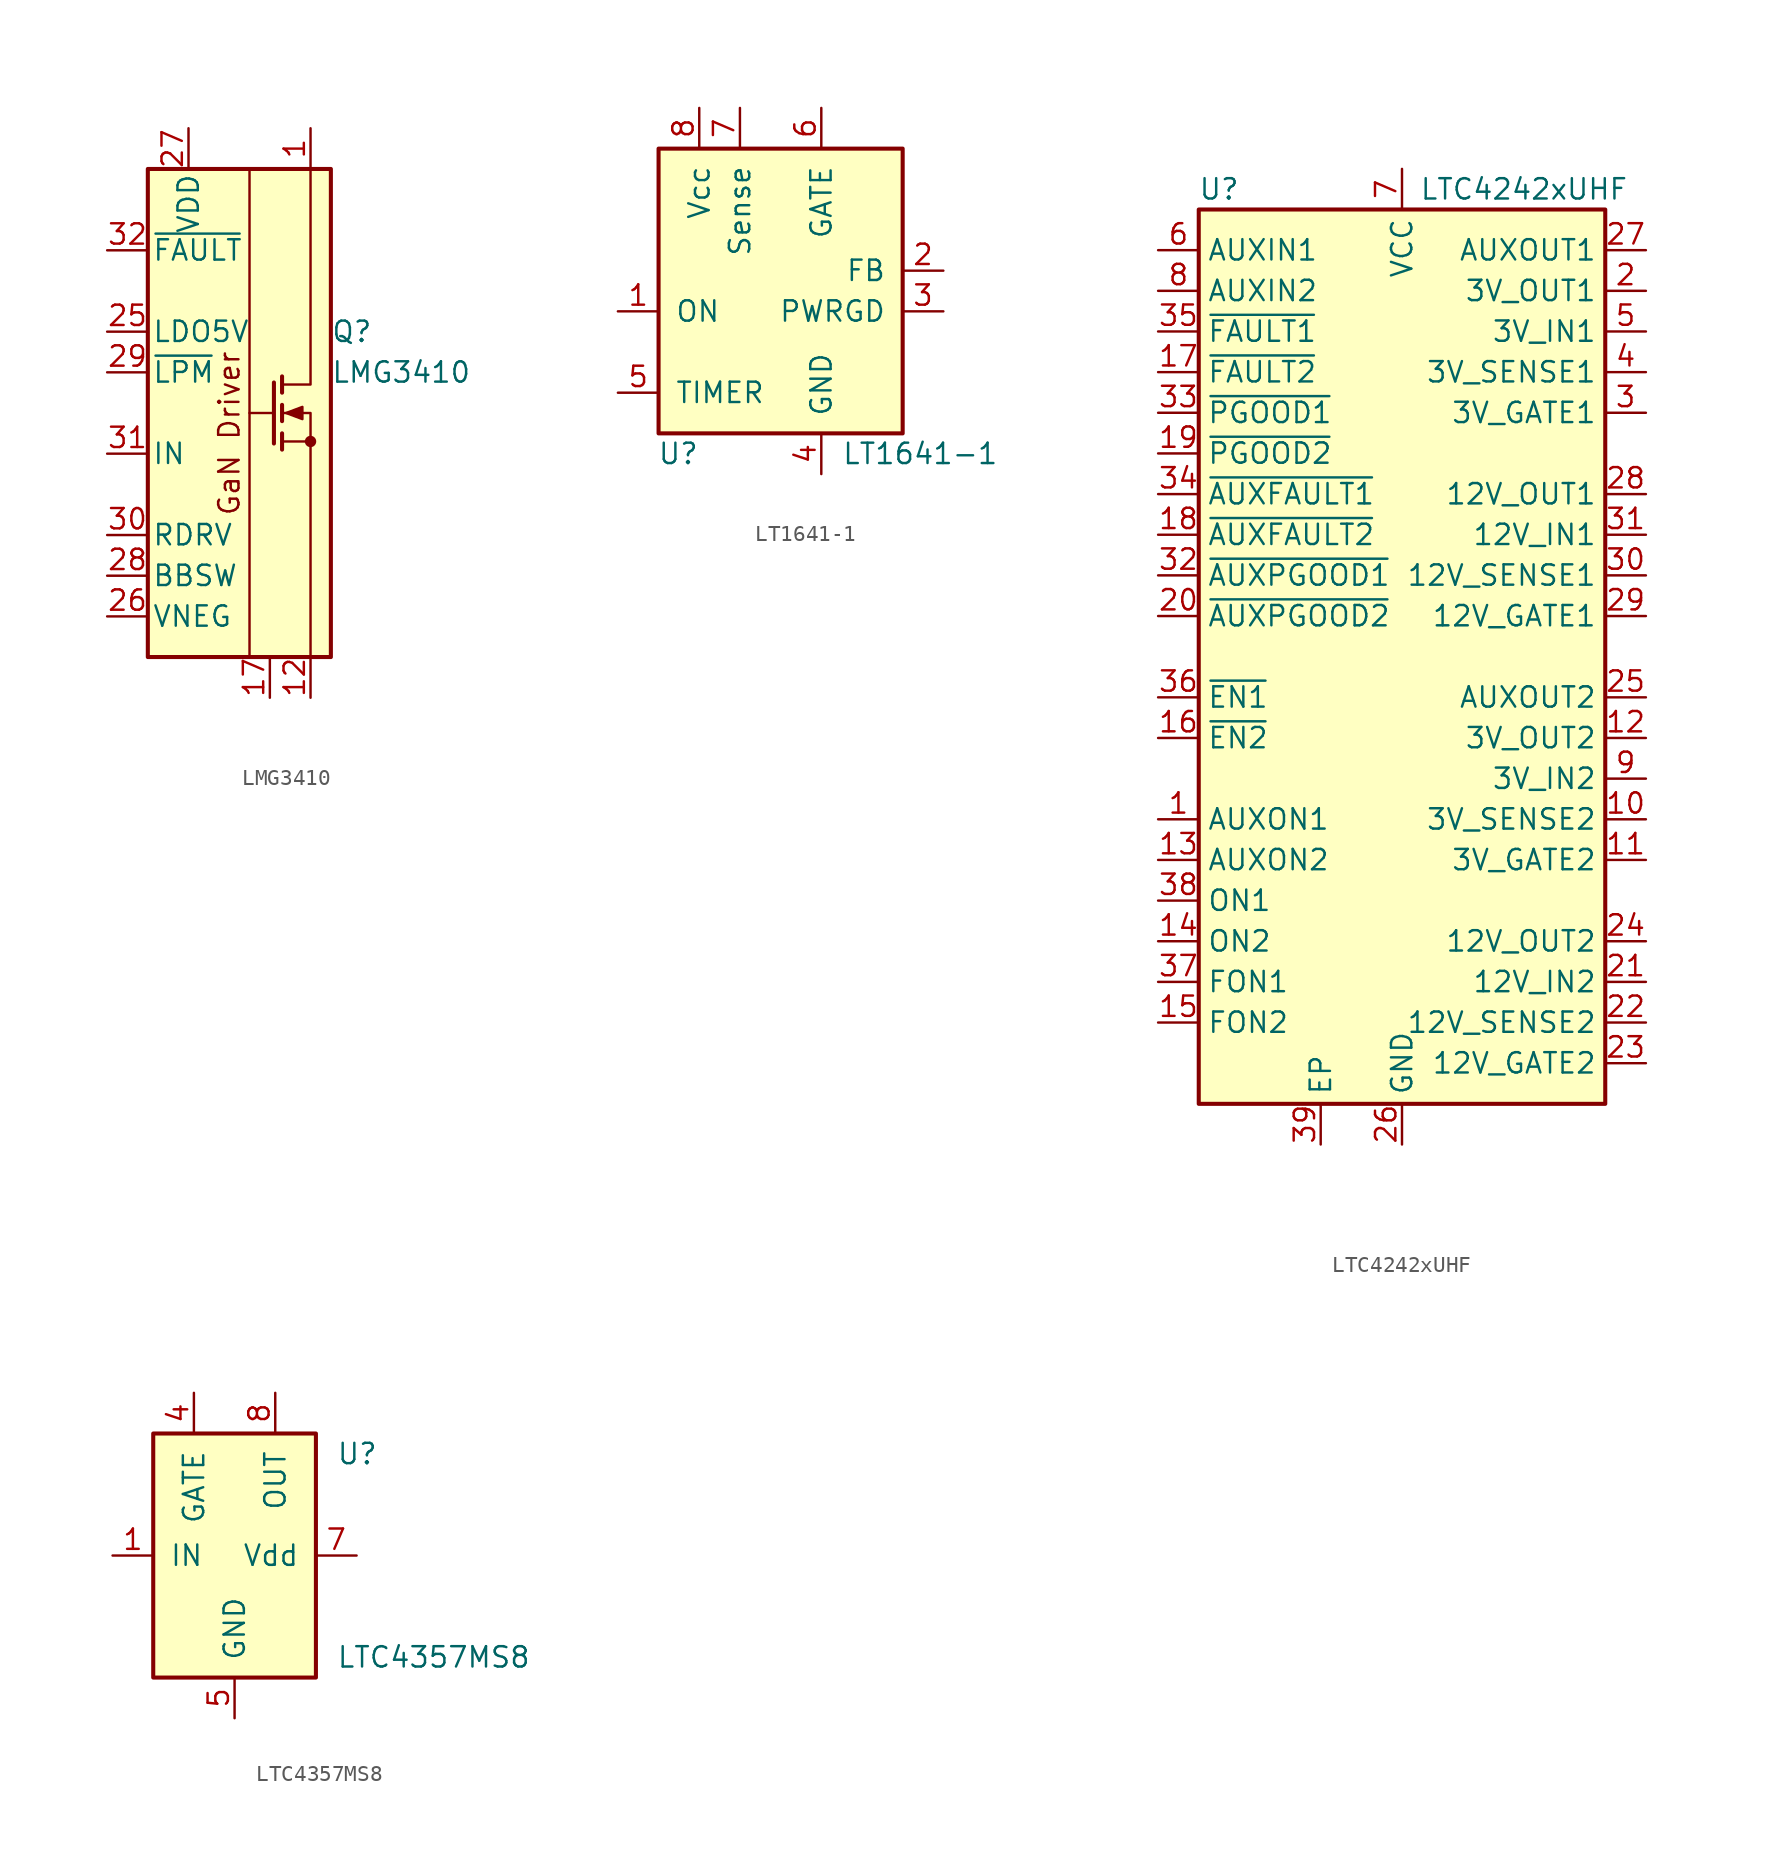
<source format=kicad_sym>
(kicad_symbol_lib
  (version 20201005)
  (generator kicad_symbol_editor)
  (symbol "LMG3410"
    (pin_names
      (offset 0.254))
    (property "Reference" "Q"
      (at 6.35 5.08 0)
      (effects (font (size 1.27 1.27)) (justify left)))
    (property "Value" "LMG3410"
      (at 6.35 2.54 0)
      (effects (font (size 1.27 1.27)) (justify left)))
    (symbol "LMG3410_0_1"
      (circle (center 5.08 -1.778) (radius 0.279) (stroke (width 0)) (fill (type outline)))
      (rectangle (start -5.08 15.24) (end 6.35 -15.24) (stroke (width 0.254)) (fill (type background)))
      (polyline (pts (xy 1.27 0) (xy 2.794 0)) (stroke (width 0)) (fill (type none)))
      (polyline (pts (xy 1.27 15.24) (xy 1.27 -15.24)) (stroke (width 0)) (fill (type none)))
      (polyline (pts (xy 3.302 -1.778) (xy 5.08 -1.778)) (stroke (width 0)) (fill (type none)))
      (polyline (pts (xy 3.302 -1.27) (xy 3.302 -2.286)) (stroke (width 0.254)) (fill (type none)))
      (polyline (pts (xy 3.302 0.508) (xy 3.302 -0.508)) (stroke (width 0.254)) (fill (type none)))
      (polyline (pts (xy 3.302 2.286) (xy 3.302 1.27)) (stroke (width 0.254)) (fill (type none)))
      (polyline (pts (xy 2.794 1.905) (xy 2.794 -1.905) (xy 2.794 -1.905)) (stroke (width 0.254)) (fill (type none)))
      (polyline (pts (xy 3.302 0) (xy 5.08 0) (xy 5.08 -15.24)) (stroke (width 0)) (fill (type none)))
      (polyline (pts (xy 5.08 15.24) (xy 5.08 1.778) (xy 3.302 1.778)) (stroke (width 0)) (fill (type none)))
      (polyline (pts (xy 3.556 0) (xy 4.572 0.381) (xy 4.572 -0.381) (xy 3.556 0)) (stroke (width 0)) (fill (type outline))))
    (symbol "LMG3410_1_0"
      (text "GaN Driver" (at 0 -1.27 900) (effects (font (size 1.27 1.27)))))
    (symbol "LMG3410_1_1"
      (pin passive line (at 5.08 17.78 270) (length 2.54) (name "~" (effects (font (size 1.27 1.27)))) (number "1" (effects (font (size 1.27 1.27)))))
      (pin passive line (at 5.08 17.78 270) (length 2.54) hide (name "~" (effects (font (size 1.27 1.27)))) (number "10" (effects (font (size 1.27 1.27)))))
      (pin passive line (at 5.08 17.78 270) (length 2.54) hide (name "~" (effects (font (size 1.27 1.27)))) (number "11" (effects (font (size 1.27 1.27)))))
      (pin passive line (at 5.08 -17.78 90) (length 2.54) (name "~" (effects (font (size 1.27 1.27)))) (number "12" (effects (font (size 1.27 1.27)))))
      (pin passive line (at 5.08 -17.78 90) (length 2.54) hide (name "~" (effects (font (size 1.27 1.27)))) (number "13" (effects (font (size 1.27 1.27)))))
      (pin passive line (at 5.08 -17.78 90) (length 2.54) hide (name "~" (effects (font (size 1.27 1.27)))) (number "14" (effects (font (size 1.27 1.27)))))
      (pin passive line (at 5.08 -17.78 90) (length 2.54) hide (name "~" (effects (font (size 1.27 1.27)))) (number "15" (effects (font (size 1.27 1.27)))))
      (pin passive line (at 5.08 -17.78 90) (length 2.54) hide (name "~" (effects (font (size 1.27 1.27)))) (number "16" (effects (font (size 1.27 1.27)))))
      (pin passive line (at 2.54 -17.78 90) (length 2.54) (name "~" (effects (font (size 1.27 1.27)))) (number "17" (effects (font (size 1.27 1.27)))))
      (pin passive line (at 5.08 -17.78 90) (length 2.54) hide (name "~" (effects (font (size 1.27 1.27)))) (number "18" (effects (font (size 1.27 1.27)))))
      (pin passive line (at 5.08 -17.78 90) (length 2.54) hide (name "~" (effects (font (size 1.27 1.27)))) (number "19" (effects (font (size 1.27 1.27)))))
      (pin passive line (at 5.08 17.78 270) (length 2.54) hide (name "~" (effects (font (size 1.27 1.27)))) (number "2" (effects (font (size 1.27 1.27)))))
      (pin passive line (at 5.08 -17.78 90) (length 2.54) hide (name "~" (effects (font (size 1.27 1.27)))) (number "20" (effects (font (size 1.27 1.27)))))
      (pin passive line (at 5.08 -17.78 90) (length 2.54) hide (name "~" (effects (font (size 1.27 1.27)))) (number "21" (effects (font (size 1.27 1.27)))))
      (pin passive line (at 5.08 -17.78 90) (length 2.54) hide (name "~" (effects (font (size 1.27 1.27)))) (number "22" (effects (font (size 1.27 1.27)))))
      (pin passive line (at 5.08 -17.78 90) (length 2.54) hide (name "~" (effects (font (size 1.27 1.27)))) (number "23" (effects (font (size 1.27 1.27)))))
      (pin passive line (at 5.08 -17.78 90) (length 2.54) hide (name "~" (effects (font (size 1.27 1.27)))) (number "24" (effects (font (size 1.27 1.27)))))
      (pin power_out line (at -7.62 5.08 0) (length 2.54) (name "LDO5V" (effects (font (size 1.27 1.27)))) (number "25" (effects (font (size 1.27 1.27)))))
      (pin power_in line (at -7.62 -12.7 0) (length 2.54) (name "VNEG" (effects (font (size 1.27 1.27)))) (number "26" (effects (font (size 1.27 1.27)))))
      (pin power_in line (at -2.54 17.78 270) (length 2.54) (name "VDD" (effects (font (size 1.27 1.27)))) (number "27" (effects (font (size 1.27 1.27)))))
      (pin passive line (at -7.62 -10.16 0) (length 2.54) (name "BBSW" (effects (font (size 1.27 1.27)))) (number "28" (effects (font (size 1.27 1.27)))))
      (pin input line (at -7.62 2.54 0) (length 2.54) (name "~LPM" (effects (font (size 1.27 1.27)))) (number "29" (effects (font (size 1.27 1.27)))))
      (pin passive line (at 5.08 17.78 270) (length 2.54) hide (name "~" (effects (font (size 1.27 1.27)))) (number "3" (effects (font (size 1.27 1.27)))))
      (pin passive line (at -7.62 -7.62 0) (length 2.54) (name "RDRV" (effects (font (size 1.27 1.27)))) (number "30" (effects (font (size 1.27 1.27)))))
      (pin input line (at -7.62 -2.54 0) (length 2.54) (name "IN" (effects (font (size 1.27 1.27)))) (number "31" (effects (font (size 1.27 1.27)))))
      (pin output line (at -7.62 10.16 0) (length 2.54) (name "~FAULT" (effects (font (size 1.27 1.27)))) (number "32" (effects (font (size 1.27 1.27)))))
      (pin passive line (at 5.08 -17.78 90) (length 2.54) hide (name "~" (effects (font (size 1.27 1.27)))) (number "33" (effects (font (size 1.27 1.27)))))
      (pin passive line (at 5.08 17.78 270) (length 2.54) hide (name "~" (effects (font (size 1.27 1.27)))) (number "4" (effects (font (size 1.27 1.27)))))
      (pin passive line (at 5.08 17.78 270) (length 2.54) hide (name "~" (effects (font (size 1.27 1.27)))) (number "5" (effects (font (size 1.27 1.27)))))
      (pin passive line (at 5.08 17.78 270) (length 2.54) hide (name "~" (effects (font (size 1.27 1.27)))) (number "6" (effects (font (size 1.27 1.27)))))
      (pin passive line (at 5.08 17.78 270) (length 2.54) hide (name "~" (effects (font (size 1.27 1.27)))) (number "7" (effects (font (size 1.27 1.27)))))
      (pin passive line (at 5.08 17.78 270) (length 2.54) hide (name "~" (effects (font (size 1.27 1.27)))) (number "8" (effects (font (size 1.27 1.27)))))
      (pin passive line (at 5.08 17.78 270) (length 2.54) hide (name "~" (effects (font (size 1.27 1.27)))) (number "9" (effects (font (size 1.27 1.27)))))))
  (symbol "LT1641-1"
    (pin_names
      (offset 1.016))
    (property "Reference" "U"
      (at -5.08 -11.43 0)
      (effects (font (size 1.27 1.27)) (justify right)))
    (property "Value" "LT1641-1"
      (at 3.81 -11.43 0)
      (effects (font (size 1.27 1.27)) (justify left)))
    (symbol "LT1641-1_0_1"
      (rectangle (start 7.62 7.62) (end -7.62 -10.16) (stroke (width 0.254)) (fill (type background))))
    (symbol "LT1641-1_1_0"
      (pin power_in line (at 2.54 -12.7 90) (length 2.54) (name "GND" (effects (font (size 1.27 1.27)))) (number "4" (effects (font (size 1.27 1.27))))))
    (symbol "LT1641-1_1_1"
      (pin input line (at -10.16 -2.54 0) (length 2.54) (name "ON" (effects (font (size 1.27 1.27)))) (number "1" (effects (font (size 1.27 1.27)))))
      (pin input line (at 10.16 0 180) (length 2.54) (name "FB" (effects (font (size 1.27 1.27)))) (number "2" (effects (font (size 1.27 1.27)))))
      (pin open_collector line (at 10.16 -2.54 180) (length 2.54) (name "PWRGD" (effects (font (size 1.27 1.27)))) (number "3" (effects (font (size 1.27 1.27)))))
      (pin input line (at -10.16 -7.62 0) (length 2.54) (name "TIMER" (effects (font (size 1.27 1.27)))) (number "5" (effects (font (size 1.27 1.27)))))
      (pin output line (at 2.54 10.16 270) (length 2.54) (name "GATE" (effects (font (size 1.27 1.27)))) (number "6" (effects (font (size 1.27 1.27)))))
      (pin input line (at -2.54 10.16 270) (length 2.54) (name "Sense" (effects (font (size 1.27 1.27)))) (number "7" (effects (font (size 1.27 1.27)))))
      (pin power_in line (at -5.08 10.16 270) (length 2.54) (name "Vcc" (effects (font (size 1.27 1.27)))) (number "8" (effects (font (size 1.27 1.27)))))))
  (symbol "LTC4242xUHF"
    (property "Reference" "U"
      (at -11.43 29.21 0)
      (effects (font (size 1.27 1.27))))
    (property "Value" "LTC4242xUHF"
      (at 7.62 29.21 0)
      (effects (font (size 1.27 1.27))))
    (symbol "LTC4242xUHF_0_1"
      (rectangle (start -12.7 27.94) (end 12.7 -27.94) (stroke (width 0.254)) (fill (type background))))
    (symbol "LTC4242xUHF_1_1"
      (pin input line (at -15.24 -10.16 0) (length 2.54) (name "AUXON1" (effects (font (size 1.27 1.27)))) (number "1" (effects (font (size 1.27 1.27)))))
      (pin input line (at 15.24 -10.16 180) (length 2.54) (name "3V_SENSE2" (effects (font (size 1.27 1.27)))) (number "10" (effects (font (size 1.27 1.27)))))
      (pin output line (at 15.24 -12.7 180) (length 2.54) (name "3V_GATE2" (effects (font (size 1.27 1.27)))) (number "11" (effects (font (size 1.27 1.27)))))
      (pin open_collector line (at 15.24 -5.08 180) (length 2.54) (name "3V_OUT2" (effects (font (size 1.27 1.27)))) (number "12" (effects (font (size 1.27 1.27)))))
      (pin input line (at -15.24 -12.7 0) (length 2.54) (name "AUXON2" (effects (font (size 1.27 1.27)))) (number "13" (effects (font (size 1.27 1.27)))))
      (pin input line (at -15.24 -17.78 0) (length 2.54) (name "ON2" (effects (font (size 1.27 1.27)))) (number "14" (effects (font (size 1.27 1.27)))))
      (pin input line (at -15.24 -22.86 0) (length 2.54) (name "FON2" (effects (font (size 1.27 1.27)))) (number "15" (effects (font (size 1.27 1.27)))))
      (pin input line (at -15.24 -5.08 0) (length 2.54) (name "~EN2" (effects (font (size 1.27 1.27)))) (number "16" (effects (font (size 1.27 1.27)))))
      (pin open_collector line (at -15.24 17.78 0) (length 2.54) (name "~FAULT2" (effects (font (size 1.27 1.27)))) (number "17" (effects (font (size 1.27 1.27)))))
      (pin open_collector line (at -15.24 7.62 0) (length 2.54) (name "~AUXFAULT2" (effects (font (size 1.27 1.27)))) (number "18" (effects (font (size 1.27 1.27)))))
      (pin open_collector line (at -15.24 12.7 0) (length 2.54) (name "~PGOOD2" (effects (font (size 1.27 1.27)))) (number "19" (effects (font (size 1.27 1.27)))))
      (pin open_collector line (at 15.24 22.86 180) (length 2.54) (name "3V_OUT1" (effects (font (size 1.27 1.27)))) (number "2" (effects (font (size 1.27 1.27)))))
      (pin open_collector line (at -15.24 2.54 0) (length 2.54) (name "~AUXPGOOD2" (effects (font (size 1.27 1.27)))) (number "20" (effects (font (size 1.27 1.27)))))
      (pin power_in line (at 15.24 -20.32 180) (length 2.54) (name "12V_IN2" (effects (font (size 1.27 1.27)))) (number "21" (effects (font (size 1.27 1.27)))))
      (pin input line (at 15.24 -22.86 180) (length 2.54) (name "12V_SENSE2" (effects (font (size 1.27 1.27)))) (number "22" (effects (font (size 1.27 1.27)))))
      (pin output line (at 15.24 -25.4 180) (length 2.54) (name "12V_GATE2" (effects (font (size 1.27 1.27)))) (number "23" (effects (font (size 1.27 1.27)))))
      (pin open_collector line (at 15.24 -17.78 180) (length 2.54) (name "12V_OUT2" (effects (font (size 1.27 1.27)))) (number "24" (effects (font (size 1.27 1.27)))))
      (pin output line (at 15.24 -2.54 180) (length 2.54) (name "AUXOUT2" (effects (font (size 1.27 1.27)))) (number "25" (effects (font (size 1.27 1.27)))))
      (pin power_in line (at 0 -30.48 90) (length 2.54) (name "GND" (effects (font (size 1.27 1.27)))) (number "26" (effects (font (size 1.27 1.27)))))
      (pin output line (at 15.24 25.4 180) (length 2.54) (name "AUXOUT1" (effects (font (size 1.27 1.27)))) (number "27" (effects (font (size 1.27 1.27)))))
      (pin open_collector line (at 15.24 10.16 180) (length 2.54) (name "12V_OUT1" (effects (font (size 1.27 1.27)))) (number "28" (effects (font (size 1.27 1.27)))))
      (pin output line (at 15.24 2.54 180) (length 2.54) (name "12V_GATE1" (effects (font (size 1.27 1.27)))) (number "29" (effects (font (size 1.27 1.27)))))
      (pin output line (at 15.24 15.24 180) (length 2.54) (name "3V_GATE1" (effects (font (size 1.27 1.27)))) (number "3" (effects (font (size 1.27 1.27)))))
      (pin input line (at 15.24 5.08 180) (length 2.54) (name "12V_SENSE1" (effects (font (size 1.27 1.27)))) (number "30" (effects (font (size 1.27 1.27)))))
      (pin power_in line (at 15.24 7.62 180) (length 2.54) (name "12V_IN1" (effects (font (size 1.27 1.27)))) (number "31" (effects (font (size 1.27 1.27)))))
      (pin open_collector line (at -15.24 5.08 0) (length 2.54) (name "~AUXPGOOD1" (effects (font (size 1.27 1.27)))) (number "32" (effects (font (size 1.27 1.27)))))
      (pin open_collector line (at -15.24 15.24 0) (length 2.54) (name "~PGOOD1" (effects (font (size 1.27 1.27)))) (number "33" (effects (font (size 1.27 1.27)))))
      (pin open_collector line (at -15.24 10.16 0) (length 2.54) (name "~AUXFAULT1" (effects (font (size 1.27 1.27)))) (number "34" (effects (font (size 1.27 1.27)))))
      (pin open_collector line (at -15.24 20.32 0) (length 2.54) (name "~FAULT1" (effects (font (size 1.27 1.27)))) (number "35" (effects (font (size 1.27 1.27)))))
      (pin input line (at -15.24 -2.54 0) (length 2.54) (name "~EN1" (effects (font (size 1.27 1.27)))) (number "36" (effects (font (size 1.27 1.27)))))
      (pin input line (at -15.24 -20.32 0) (length 2.54) (name "FON1" (effects (font (size 1.27 1.27)))) (number "37" (effects (font (size 1.27 1.27)))))
      (pin input line (at -15.24 -15.24 0) (length 2.54) (name "ON1" (effects (font (size 1.27 1.27)))) (number "38" (effects (font (size 1.27 1.27)))))
      (pin power_in line (at -5.08 -30.48 90) (length 2.54) (name "EP" (effects (font (size 1.27 1.27)))) (number "39" (effects (font (size 1.27 1.27)))))
      (pin input line (at 15.24 17.78 180) (length 2.54) (name "3V_SENSE1" (effects (font (size 1.27 1.27)))) (number "4" (effects (font (size 1.27 1.27)))))
      (pin power_in line (at 15.24 20.32 180) (length 2.54) (name "3V_IN1" (effects (font (size 1.27 1.27)))) (number "5" (effects (font (size 1.27 1.27)))))
      (pin input line (at -15.24 25.4 0) (length 2.54) (name "AUXIN1" (effects (font (size 1.27 1.27)))) (number "6" (effects (font (size 1.27 1.27)))))
      (pin power_in line (at 0 30.48 270) (length 2.54) (name "VCC" (effects (font (size 1.27 1.27)))) (number "7" (effects (font (size 1.27 1.27)))))
      (pin input line (at -15.24 22.86 0) (length 2.54) (name "AUXIN2" (effects (font (size 1.27 1.27)))) (number "8" (effects (font (size 1.27 1.27)))))
      (pin power_in line (at 15.24 -7.62 180) (length 2.54) (name "3V_IN2" (effects (font (size 1.27 1.27)))) (number "9" (effects (font (size 1.27 1.27)))))))
  (symbol "LTC4357MS8"
    (pin_names
      (offset 1.016))
    (property "Reference" "U"
      (at 6.35 6.35 0)
      (effects (font (size 1.27 1.27)) (justify left)))
    (property "Value" "LTC4357MS8"
      (at 6.35 -6.35 0)
      (effects (font (size 1.27 1.27)) (justify left)))
    (symbol "LTC4357MS8_0_1"
      (rectangle (start -5.08 7.62) (end 5.08 -7.62) (stroke (width 0.254)) (fill (type background))))
    (symbol "LTC4357MS8_1_1"
      (pin input line (at -7.62 0 0) (length 2.54) (name "IN" (effects (font (size 1.27 1.27)))) (number "1" (effects (font (size 1.27 1.27)))))
      (pin no_connect line (at -7.62 -2.54 0) (length 2.54) hide (name "NC" (effects (font (size 1.27 1.27)))) (number "2" (effects (font (size 1.27 1.27)))))
      (pin no_connect line (at -7.62 -5.08 0) (length 2.54) hide (name "NC" (effects (font (size 1.27 1.27)))) (number "3" (effects (font (size 1.27 1.27)))))
      (pin output line (at -2.54 10.16 270) (length 2.54) (name "GATE" (effects (font (size 1.27 1.27)))) (number "4" (effects (font (size 1.27 1.27)))))
      (pin power_in line (at 0 -10.16 90) (length 2.54) (name "GND" (effects (font (size 1.27 1.27)))) (number "5" (effects (font (size 1.27 1.27)))))
      (pin no_connect line (at 2.54 -10.16 90) (length 2.54) hide (name "NC" (effects (font (size 1.27 1.27)))) (number "6" (effects (font (size 1.27 1.27)))))
      (pin power_in line (at 7.62 0 180) (length 2.54) (name "Vdd" (effects (font (size 1.27 1.27)))) (number "7" (effects (font (size 1.27 1.27)))))
      (pin input line (at 2.54 10.16 270) (length 2.54) (name "OUT" (effects (font (size 1.27 1.27)))) (number "8" (effects (font (size 1.27 1.27))))))))
</source>
